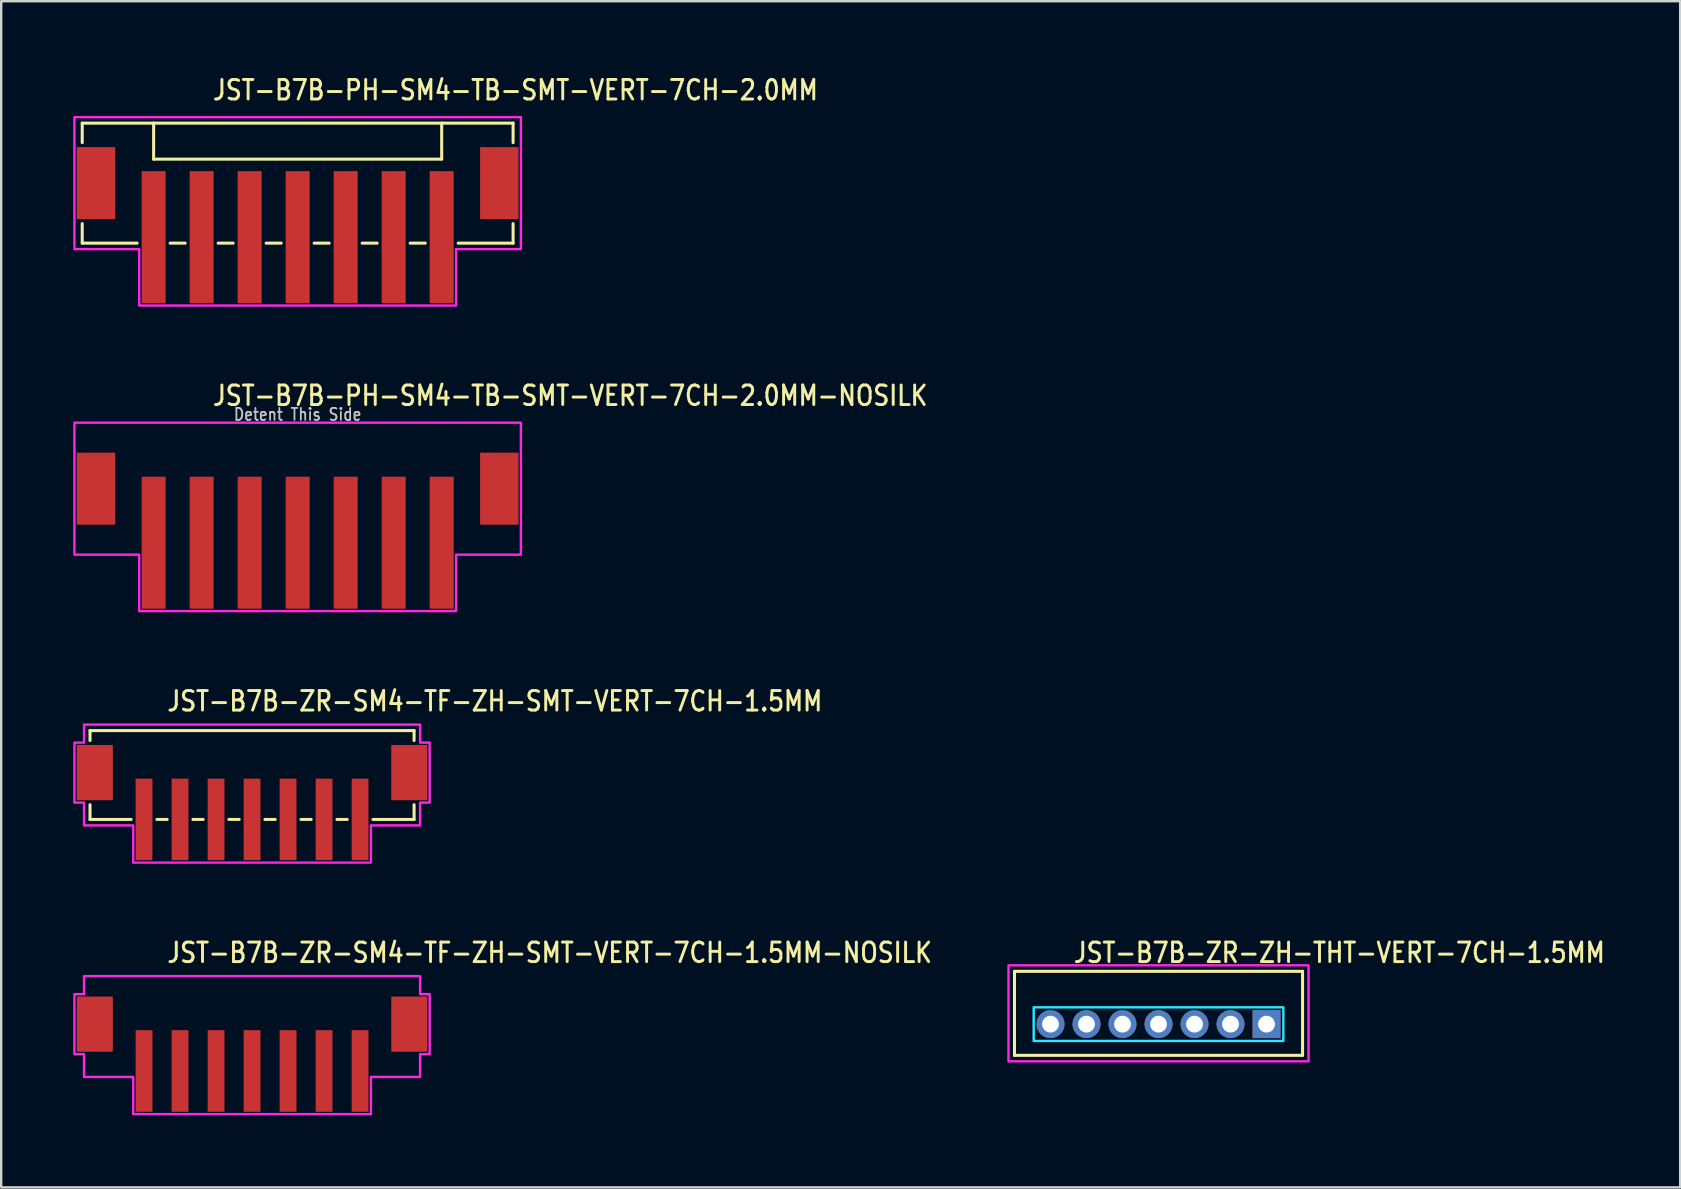
<source format=kicad_pcb>
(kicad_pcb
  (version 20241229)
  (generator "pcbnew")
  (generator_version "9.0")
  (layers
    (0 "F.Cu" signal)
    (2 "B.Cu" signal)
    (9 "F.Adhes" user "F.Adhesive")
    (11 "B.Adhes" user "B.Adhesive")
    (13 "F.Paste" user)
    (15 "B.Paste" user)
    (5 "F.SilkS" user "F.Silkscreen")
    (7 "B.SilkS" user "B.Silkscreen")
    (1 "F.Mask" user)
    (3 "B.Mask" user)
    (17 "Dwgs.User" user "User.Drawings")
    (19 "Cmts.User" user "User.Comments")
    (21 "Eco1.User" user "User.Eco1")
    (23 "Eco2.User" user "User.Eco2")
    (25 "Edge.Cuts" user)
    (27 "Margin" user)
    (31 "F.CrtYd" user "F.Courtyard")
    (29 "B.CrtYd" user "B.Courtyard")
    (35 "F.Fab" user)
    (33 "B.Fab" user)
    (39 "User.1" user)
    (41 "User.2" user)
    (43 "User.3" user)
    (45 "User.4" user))
  (footprint "JST-B7B-ZR-ZH-THT-VERT-7CH-1.5MM"
    (layer "F.Cu")
    (at 45.212 39.614)
    (property "Reference" "JST-B7B-ZR-ZH-THT-VERT-7CH-1.5MM" (at -3.6 -2.5 0) (unlocked yes) (layer "F.SilkS") (effects (font (size 0.813 0.695) (thickness 0.122)) (justify left bottom)))
    (fp_line (start -6 -2.2) (end 6 -2.2) (stroke (width 0.127) (type solid)) (layer "F.SilkS"))
    (fp_line (start -6 1.3) (end -6 -2.2) (stroke (width 0.127) (type solid)) (layer "F.SilkS"))
    (fp_line (start -6 1.3) (end 6 1.3) (stroke (width 0.127) (type solid)) (layer "F.SilkS"))
    (fp_line (start 6 -2.2) (end 6 1.3) (stroke (width 0.127) (type solid)) (layer "F.SilkS"))
    (fp_poly (pts (xy -5.2 -0.7) (xy -5.2 0.7) (xy 5.2 0.7) (xy 5.2 -0.7)) (stroke (width 0.1) (type solid)) (fill no) (layer "B.CrtYd"))
    (fp_poly (pts (xy -6.25 -2.45) (xy -6.25 1.55) (xy 6.25 1.55) (xy 6.25 -2.45)) (stroke (width 0.1) (type solid)) (fill no) (layer "F.CrtYd"))
    (pad "1" thru_hole rect (at 4.5 0) (size 1.167 1.167) (drill 0.7) (layers "*.Cu" "*.Mask"))
    (pad "2" thru_hole oval (at 3 0) (size 1.167 1.167) (drill 0.7) (layers "*.Cu" "*.Mask"))
    (pad "3" thru_hole oval (at 1.5 0) (size 1.167 1.167) (drill 0.7) (layers "*.Cu" "*.Mask"))
    (pad "4" thru_hole oval (at 0 0) (size 1.167 1.167) (drill 0.7) (layers "*.Cu" "*.Mask"))
    (pad "5" thru_hole oval (at -1.5 0) (size 1.167 1.167) (drill 0.7) (layers "*.Cu" "*.Mask"))
    (pad "6" thru_hole oval (at -3 0) (size 1.167 1.167) (drill 0.7) (layers "*.Cu" "*.Mask"))
    (pad "7" thru_hole oval (at -4.5 0) (size 1.167 1.167) (drill 0.7) (layers "*.Cu" "*.Mask")))
  (footprint "JST-B7B-PH-SM4-TB-SMT-VERT-7CH-2.0MM"
    (layer "F.Cu")
    (at 9.35 4.579)
    (property "Reference" "JST-B7B-PH-SM4-TB-SMT-VERT-7CH-2.0MM" (at -3.6 -3.4 0) (unlocked yes) (layer "F.SilkS") (effects (font (size 0.813 0.695) (thickness 0.122)) (justify left bottom)))
    (fp_line (start -8.975 -2.5) (end -8.975 -1.687) (stroke (width 0.127) (type solid)) (layer "F.SilkS"))
    (fp_line (start -8.975 -2.5) (end 8.975 -2.5) (stroke (width 0.127) (type solid)) (layer "F.SilkS"))
    (fp_line (start -8.975 2.5) (end -8.975 1.687) (stroke (width 0.127) (type solid)) (layer "F.SilkS"))
    (fp_line (start -8.975 2.5) (end -6.686 2.5) (stroke (width 0.127) (type solid)) (layer "F.SilkS"))
    (fp_line (start -6 -2.5) (end -6 -1) (stroke (width 0.127) (type solid)) (layer "F.SilkS"))
    (fp_line (start -6 -1) (end 6 -1) (stroke (width 0.127) (type solid)) (layer "F.SilkS"))
    (fp_line (start -5.314 2.5) (end -4.686 2.5) (stroke (width 0.127) (type solid)) (layer "F.SilkS"))
    (fp_line (start -3.313 2.5) (end -2.687 2.5) (stroke (width 0.127) (type solid)) (layer "F.SilkS"))
    (fp_line (start -1.313 2.5) (end -0.686 2.5) (stroke (width 0.127) (type solid)) (layer "F.SilkS"))
    (fp_line (start 0.686 2.5) (end 1.313 2.5) (stroke (width 0.127) (type solid)) (layer "F.SilkS"))
    (fp_line (start 2.687 2.5) (end 3.313 2.5) (stroke (width 0.127) (type solid)) (layer "F.SilkS"))
    (fp_line (start 4.686 2.5) (end 5.314 2.5) (stroke (width 0.127) (type solid)) (layer "F.SilkS"))
    (fp_line (start 6 -1) (end 6 -2.5) (stroke (width 0.127) (type solid)) (layer "F.SilkS"))
    (fp_line (start 6.686 2.5) (end 8.975 2.5) (stroke (width 0.127) (type solid)) (layer "F.SilkS"))
    (fp_line (start 8.975 -1.687) (end 8.975 -2.5) (stroke (width 0.127) (type solid)) (layer "F.SilkS"))
    (fp_line (start 8.975 1.687) (end 8.975 2.5) (stroke (width 0.127) (type solid)) (layer "F.SilkS"))
    (fp_poly (pts (xy -9.3 -2.75) (xy -9.3 2.75) (xy -6.6 2.75) (xy -6.6 5.1) (xy 6.6 5.1) (xy 6.6 2.75) (xy 9.3 2.75) (xy 9.3 -2.75)) (stroke (width 0.1) (type solid)) (fill no) (layer "F.CrtYd"))
    (pad "1" smd rect (at -6 2.25) (size 1 5.5) (layers "F.Cu" "F.Mask" "F.Paste"))
    (pad "2" smd rect (at -4 2.25) (size 1 5.5) (layers "F.Cu" "F.Mask" "F.Paste"))
    (pad "3" smd rect (at -2 2.25) (size 1 5.5) (layers "F.Cu" "F.Mask" "F.Paste"))
    (pad "4" smd rect (at 0 2.25) (size 1 5.5) (layers "F.Cu" "F.Mask" "F.Paste"))
    (pad "5" smd rect (at 2 2.25) (size 1 5.5) (layers "F.Cu" "F.Mask" "F.Paste"))
    (pad "6" smd rect (at 4 2.25) (size 1 5.5) (layers "F.Cu" "F.Mask" "F.Paste"))
    (pad "7" smd rect (at 6 2.25) (size 1 5.5) (layers "F.Cu" "F.Mask" "F.Paste"))
    (pad "S_1" smd rect (at -8.4 0) (size 1.6 3) (layers "F.Cu" "F.Mask" "F.Paste"))
    (pad "S_2" smd rect (at 8.4 0) (size 1.6 3) (layers "F.Cu" "F.Mask" "F.Paste")))
  (footprint "JST-B7B-ZR-SM4-TF-ZH-SMT-VERT-7CH-1.5MM"
    (layer "F.Cu")
    (at 7.45 29.136)
    (property "Reference" "JST-B7B-ZR-SM4-TF-ZH-SMT-VERT-7CH-1.5MM" (at -3.6 -2.5 0) (unlocked yes) (layer "F.SilkS") (effects (font (size 0.813 0.695) (thickness 0.122)) (justify left bottom)))
    (fp_line (start -6.75 -1.75) (end -6.75 -1.337) (stroke (width 0.127) (type solid)) (layer "F.SilkS"))
    (fp_line (start -6.75 -1.75) (end 6.75 -1.75) (stroke (width 0.127) (type solid)) (layer "F.SilkS"))
    (fp_line (start -6.75 1.95) (end -6.75 1.337) (stroke (width 0.127) (type solid)) (layer "F.SilkS"))
    (fp_line (start -6.75 1.95) (end -5.037 1.95) (stroke (width 0.127) (type solid)) (layer "F.SilkS"))
    (fp_line (start -3.963 1.95) (end -3.537 1.95) (stroke (width 0.127) (type solid)) (layer "F.SilkS"))
    (fp_line (start -2.463 1.95) (end -2.037 1.95) (stroke (width 0.127) (type solid)) (layer "F.SilkS"))
    (fp_line (start -0.964 1.95) (end -0.536 1.95) (stroke (width 0.127) (type solid)) (layer "F.SilkS"))
    (fp_line (start 0.536 1.95) (end 0.964 1.95) (stroke (width 0.127) (type solid)) (layer "F.SilkS"))
    (fp_line (start 2.037 1.95) (end 2.463 1.95) (stroke (width 0.127) (type solid)) (layer "F.SilkS"))
    (fp_line (start 3.537 1.95) (end 3.963 1.95) (stroke (width 0.127) (type solid)) (layer "F.SilkS"))
    (fp_line (start 5.037 1.95) (end 6.75 1.95) (stroke (width 0.127) (type solid)) (layer "F.SilkS"))
    (fp_line (start 6.75 -1.337) (end 6.75 -1.75) (stroke (width 0.127) (type solid)) (layer "F.SilkS"))
    (fp_line (start 6.75 1.337) (end 6.75 1.95) (stroke (width 0.127) (type solid)) (layer "F.SilkS"))
    (fp_poly (pts (xy -7 -2) (xy -7 -1.25) (xy -7.4 -1.25) (xy -7.4 1.25) (xy -7 1.25) (xy -7 2.2) (xy -4.95 2.2) (xy -4.95 3.75) (xy 4.95 3.75) (xy 4.95 2.2) (xy 7 2.2) (xy 7 1.25) (xy 7.4 1.25) (xy 7.4 -1.25) (xy 7 -1.25) (xy 7 -2)) (stroke (width 0.1) (type solid)) (fill no) (layer "F.CrtYd"))
    (pad "1" smd rect (at -4.5 1.95) (size 0.7 3.4) (layers "F.Cu" "F.Mask" "F.Paste"))
    (pad "2" smd rect (at -3 1.95) (size 0.7 3.4) (layers "F.Cu" "F.Mask" "F.Paste"))
    (pad "3" smd rect (at -1.5 1.95) (size 0.7 3.4) (layers "F.Cu" "F.Mask" "F.Paste"))
    (pad "4" smd rect (at 0 1.95) (size 0.7 3.4) (layers "F.Cu" "F.Mask" "F.Paste"))
    (pad "5" smd rect (at 1.5 1.95) (size 0.7 3.4) (layers "F.Cu" "F.Mask" "F.Paste"))
    (pad "6" smd rect (at 3 1.95) (size 0.7 3.4) (layers "F.Cu" "F.Mask" "F.Paste"))
    (pad "7" smd rect (at 4.5 1.95) (size 0.7 3.4) (layers "F.Cu" "F.Mask" "F.Paste"))
    (pad "S_8" smd rect (at 6.55 0) (size 1.5 2.3) (layers "F.Cu" "F.Mask" "F.Paste"))
    (pad "S_9" smd rect (at -6.55 0) (size 1.5 2.3) (layers "F.Cu" "F.Mask" "F.Paste")))
  (footprint "JST-B7B-PH-SM4-TB-SMT-VERT-7CH-2.0MM-NOSILK"
    (layer "F.Cu")
    (at 9.35 17.307)
    (property "Reference" "JST-B7B-PH-SM4-TB-SMT-VERT-7CH-2.0MM-NOSILK" (at -3.6 -3.4 0) (unlocked yes) (layer "F.SilkS") (effects (font (size 0.813 0.695) (thickness 0.122)) (justify left bottom)))
    (fp_poly (pts (xy -9.3 -2.75) (xy -9.3 2.75) (xy -6.6 2.75) (xy -6.6 5.1) (xy 6.6 5.1) (xy 6.6 2.75) (xy 9.3 2.75) (xy 9.3 -2.75)) (stroke (width 0.1) (type solid)) (fill no) (layer "F.CrtYd"))
    (fp_text user "Detent This Side" (at 0 -2.8 0) (unlocked yes) (layer "Dwgs.User") (effects (font (size 0.5 0.427) (thickness 0.075)) (justify bottom)))
    (pad "1" smd rect (at -6 2.25) (size 1 5.5) (layers "F.Cu" "F.Mask" "F.Paste"))
    (pad "2" smd rect (at -4 2.25) (size 1 5.5) (layers "F.Cu" "F.Mask" "F.Paste"))
    (pad "3" smd rect (at -2 2.25) (size 1 5.5) (layers "F.Cu" "F.Mask" "F.Paste"))
    (pad "4" smd rect (at 0 2.25) (size 1 5.5) (layers "F.Cu" "F.Mask" "F.Paste"))
    (pad "5" smd rect (at 2 2.25) (size 1 5.5) (layers "F.Cu" "F.Mask" "F.Paste"))
    (pad "6" smd rect (at 4 2.25) (size 1 5.5) (layers "F.Cu" "F.Mask" "F.Paste"))
    (pad "7" smd rect (at 6 2.25) (size 1 5.5) (layers "F.Cu" "F.Mask" "F.Paste"))
    (pad "S_1" smd rect (at -8.4 0) (size 1.6 3) (layers "F.Cu" "F.Mask" "F.Paste"))
    (pad "S_2" smd rect (at 8.4 0) (size 1.6 3) (layers "F.Cu" "F.Mask" "F.Paste")))
  (footprint "JST-B7B-ZR-SM4-TF-ZH-SMT-VERT-7CH-1.5MM-NOSILK"
    (layer "F.Cu")
    (at 7.45 39.614)
    (property "Reference" "JST-B7B-ZR-SM4-TF-ZH-SMT-VERT-7CH-1.5MM-NOSILK" (at -3.6 -2.5 0) (unlocked yes) (layer "F.SilkS") (effects (font (size 0.813 0.695) (thickness 0.122)) (justify left bottom)))
    (fp_poly (pts (xy -7 -2) (xy -7 -1.25) (xy -7.4 -1.25) (xy -7.4 1.25) (xy -7 1.25) (xy -7 2.2) (xy -4.95 2.2) (xy -4.95 3.75) (xy 4.95 3.75) (xy 4.95 2.2) (xy 7 2.2) (xy 7 1.25) (xy 7.4 1.25) (xy 7.4 -1.25) (xy 7 -1.25) (xy 7 -2)) (stroke (width 0.1) (type solid)) (fill no) (layer "F.CrtYd"))
    (pad "1" smd rect (at -4.5 1.95) (size 0.7 3.4) (layers "F.Cu" "F.Mask" "F.Paste"))
    (pad "2" smd rect (at -3 1.95) (size 0.7 3.4) (layers "F.Cu" "F.Mask" "F.Paste"))
    (pad "3" smd rect (at -1.5 1.95) (size 0.7 3.4) (layers "F.Cu" "F.Mask" "F.Paste"))
    (pad "4" smd rect (at 0 1.95) (size 0.7 3.4) (layers "F.Cu" "F.Mask" "F.Paste"))
    (pad "5" smd rect (at 1.5 1.95) (size 0.7 3.4) (layers "F.Cu" "F.Mask" "F.Paste"))
    (pad "6" smd rect (at 3 1.95) (size 0.7 3.4) (layers "F.Cu" "F.Mask" "F.Paste"))
    (pad "7" smd rect (at 4.5 1.95) (size 0.7 3.4) (layers "F.Cu" "F.Mask" "F.Paste"))
    (pad "8" smd rect (at 6.55 0) (size 1.5 2.3) (layers "F.Cu" "F.Mask" "F.Paste"))
    (pad "9" smd rect (at -6.55 0) (size 1.5 2.3) (layers "F.Cu" "F.Mask" "F.Paste")))
  (gr_rect
    (start -3 -3)
    (end 66.944 46.414)
    (stroke (width 0.1) (type default))
    (fill no)
    (layer "Edge.Cuts")))
</source>
